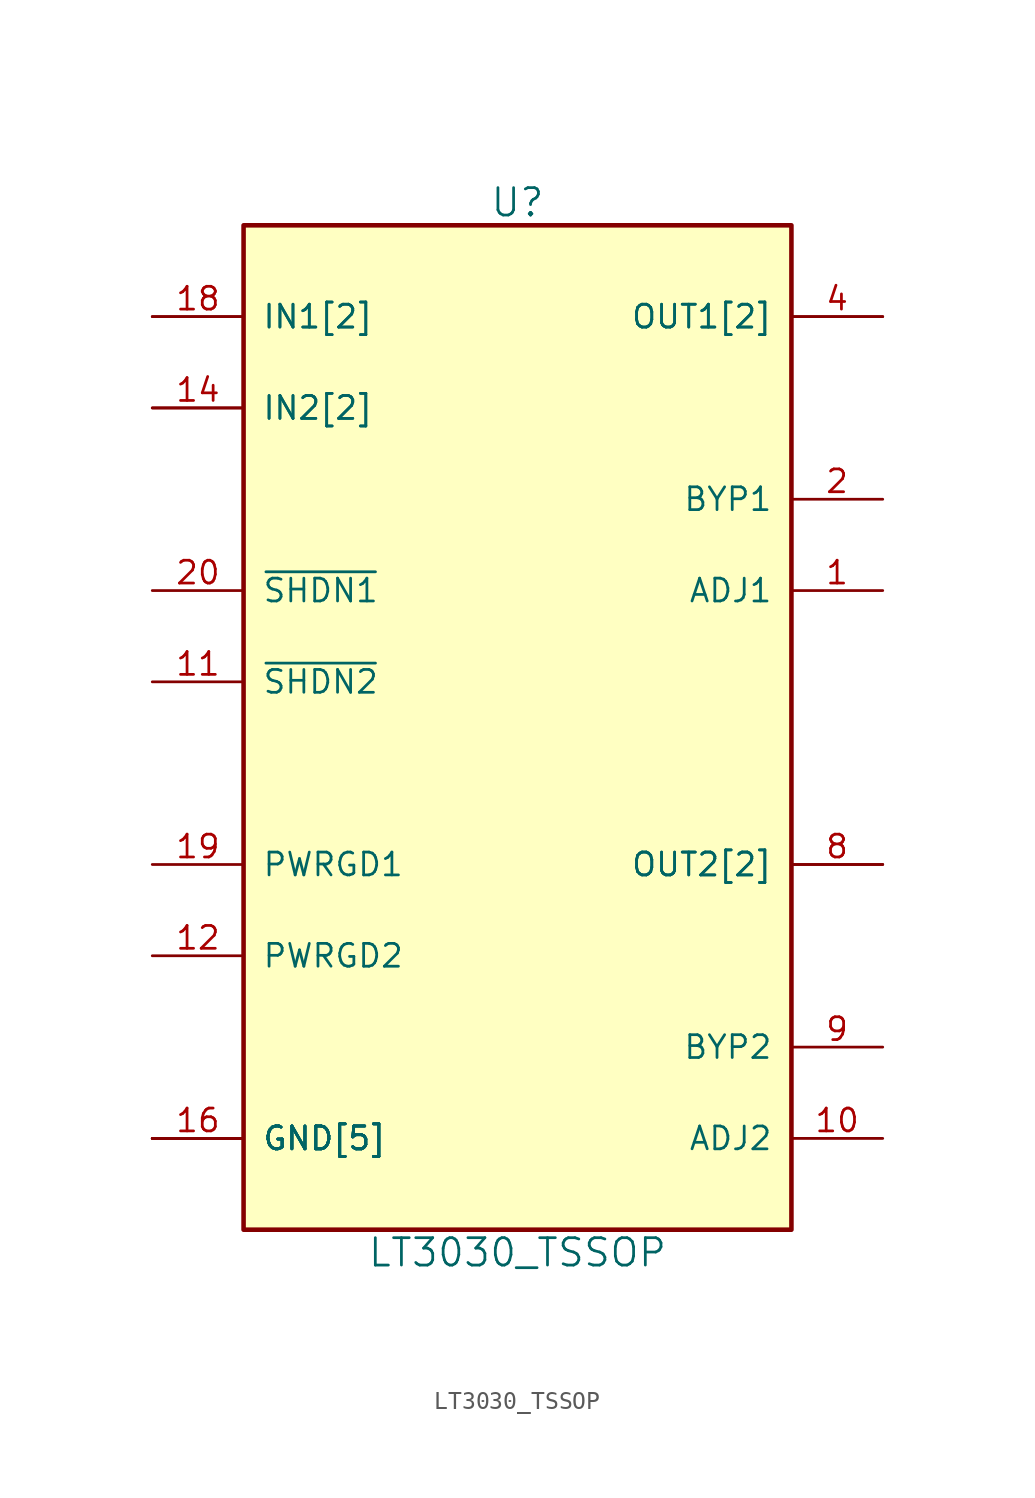
<source format=kicad_sym>
(kicad_symbol_lib
  (version 20231120)
  (generator "kicad_symbol_editor")
  (generator_version "8.0")
  (symbol "LT3030_TSSOP"
    (pin_names
      (offset 1.016))
    (property "Reference" "U"
      (at 0 31.75 0)
      (effects (font (size 1.524 1.524))))
    (property "Value" "LT3030_TSSOP"
      (at 0 -26.67 0)
      (effects (font (size 1.524 1.524))))
    (symbol "LT3030_TSSOP_1_1"
      (rectangle (start -15.24 30.48) (end 15.24 -25.4) (stroke (width 0.254) (type solid)) (fill (type background)))
      (pin input line (at 20.32 10.16 180) (length 5.08) (name "ADJ1" (effects (font (size 1.27 1.27)))) (number "1" (effects (font (size 1.27 1.27)))))
      (pin input line (at 20.32 -20.32 180) (length 5.08) (name "ADJ2" (effects (font (size 1.27 1.27)))) (number "10" (effects (font (size 1.27 1.27)))))
      (pin input line (at -20.32 5.08 0) (length 5.08) (name "~{SHDN2}" (effects (font (size 1.27 1.27)))) (number "11" (effects (font (size 1.27 1.27)))))
      (pin output line (at -20.32 -10.16 0) (length 5.08) (name "PWRGD2" (effects (font (size 1.27 1.27)))) (number "12" (effects (font (size 1.27 1.27)))))
      (pin power_in line (at -20.32 20.32 0) (length 5.08) (name "IN2[2]" (effects (font (size 1.27 1.27)))) (number "13" (effects (font (size 0 0)))))
      (pin power_in line (at -20.32 20.32 0) (length 5.08) (name "IN2[2]" (effects (font (size 1.27 1.27)))) (number "14" (effects (font (size 1.27 1.27)))))
      (pin power_in line (at -20.32 -20.32 0) (length 5.08) (name "GND[5]" (effects (font (size 1.27 1.27)))) (number "15" (effects (font (size 0 0)))))
      (pin power_in line (at -20.32 -20.32 0) (length 5.08) (name "GND[5]" (effects (font (size 1.27 1.27)))) (number "16" (effects (font (size 1.27 1.27)))))
      (pin power_in line (at -20.32 25.4 0) (length 5.08) (name "IN1[2]" (effects (font (size 1.27 1.27)))) (number "17" (effects (font (size 0 0)))))
      (pin power_in line (at -20.32 25.4 0) (length 5.08) (name "IN1[2]" (effects (font (size 1.27 1.27)))) (number "18" (effects (font (size 1.27 1.27)))))
      (pin output line (at -20.32 -5.08 0) (length 5.08) (name "PWRGD1" (effects (font (size 1.27 1.27)))) (number "19" (effects (font (size 1.27 1.27)))))
      (pin passive line (at 20.32 15.24 180) (length 5.08) (name "BYP1" (effects (font (size 1.27 1.27)))) (number "2" (effects (font (size 1.27 1.27)))))
      (pin input line (at -20.32 10.16 0) (length 5.08) (name "~{SHDN1}" (effects (font (size 1.27 1.27)))) (number "20" (effects (font (size 1.27 1.27)))))
      (pin power_in line (at -20.32 -20.32 0) (length 5.08) (name "GND[5]" (effects (font (size 1.27 1.27)))) (number "21" (effects (font (size 0 0)))))
      (pin passive line (at 20.32 25.4 180) (length 5.08) (name "OUT1[2]" (effects (font (size 1.27 1.27)))) (number "3" (effects (font (size 0 0)))))
      (pin power_out line (at 20.32 25.4 180) (length 5.08) (name "OUT1[2]" (effects (font (size 1.27 1.27)))) (number "4" (effects (font (size 1.27 1.27)))))
      (pin power_in line (at -20.32 -20.32 0) (length 5.08) (name "GND[5]" (effects (font (size 1.27 1.27)))) (number "5" (effects (font (size 0 0)))))
      (pin power_in line (at -20.32 -20.32 0) (length 5.08) (name "GND[5]" (effects (font (size 1.27 1.27)))) (number "6" (effects (font (size 0 0)))))
      (pin passive line (at 20.32 -5.08 180) (length 5.08) (name "OUT2[2]" (effects (font (size 1.27 1.27)))) (number "7" (effects (font (size 0 0)))))
      (pin power_out line (at 20.32 -5.08 180) (length 5.08) (name "OUT2[2]" (effects (font (size 1.27 1.27)))) (number "8" (effects (font (size 1.27 1.27)))))
      (pin passive line (at 20.32 -15.24 180) (length 5.08) (name "BYP2" (effects (font (size 1.27 1.27)))) (number "9" (effects (font (size 1.27 1.27))))))))
</source>
